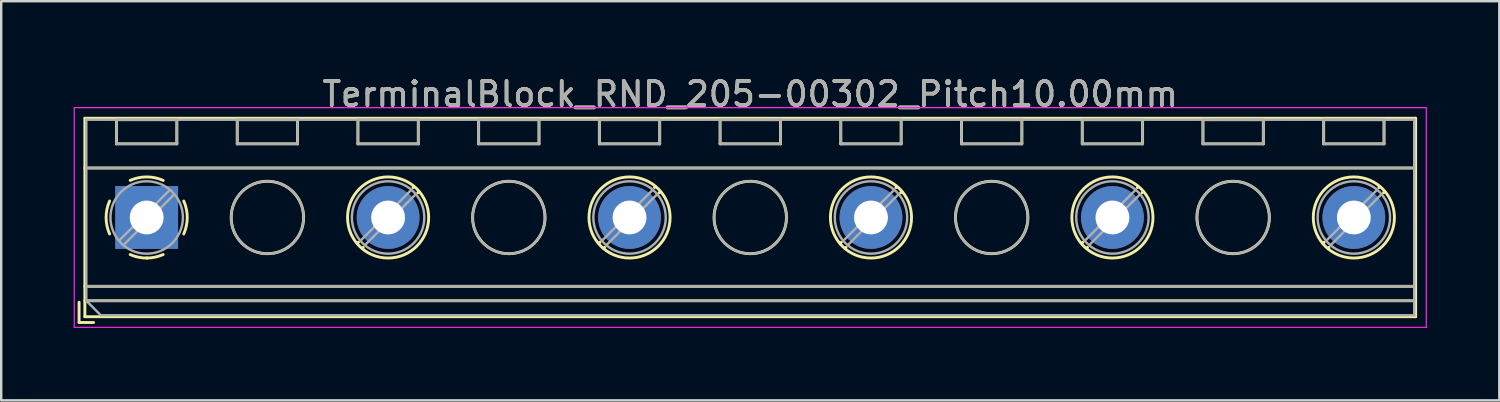
<source format=kicad_pcb>
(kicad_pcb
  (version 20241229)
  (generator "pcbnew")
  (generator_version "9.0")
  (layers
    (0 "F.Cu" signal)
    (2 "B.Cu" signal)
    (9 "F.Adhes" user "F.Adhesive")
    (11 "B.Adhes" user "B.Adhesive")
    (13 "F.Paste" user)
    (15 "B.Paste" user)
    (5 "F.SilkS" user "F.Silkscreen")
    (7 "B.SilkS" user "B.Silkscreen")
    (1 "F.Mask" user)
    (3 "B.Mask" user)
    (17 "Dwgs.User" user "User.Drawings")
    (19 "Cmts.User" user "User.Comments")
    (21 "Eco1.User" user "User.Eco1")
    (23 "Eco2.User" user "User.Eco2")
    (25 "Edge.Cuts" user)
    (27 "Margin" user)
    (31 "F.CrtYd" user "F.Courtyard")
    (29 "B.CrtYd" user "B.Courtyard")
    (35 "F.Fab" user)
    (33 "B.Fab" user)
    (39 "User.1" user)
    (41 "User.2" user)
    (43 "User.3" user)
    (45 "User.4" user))
  (footprint "TerminalBlock_RND_205-00302_Pitch10.00mm"
    (layer "F.Cu")
    (at 3.025 5.958)
    (property "Reference" "TerminalBlock_RND_205-00302_Pitch10.00mm" (at 25 -5.11 0) (layer "F.SilkS") (effects (font (size 1 1) (thickness 0.15))))
    (attr through_hole)
    (fp_line (start -2.8 3.51) (end -2.8 4.35) (stroke (width 0.12) (type solid)) (layer "F.SilkS"))
    (fp_line (start -2.8 4.35) (end -2.2 4.35) (stroke (width 0.12) (type solid)) (layer "F.SilkS"))
    (fp_line (start -2.56 -4.11) (end -2.56 4.11) (stroke (width 0.12) (type solid)) (layer "F.SilkS"))
    (fp_line (start -2.56 -2.05) (end 52.56 -2.05) (stroke (width 0.12) (type solid)) (layer "F.SilkS"))
    (fp_line (start -2.56 2.85) (end 52.56 2.85) (stroke (width 0.12) (type solid)) (layer "F.SilkS"))
    (fp_line (start -2.56 3.45) (end 52.56 3.45) (stroke (width 0.12) (type solid)) (layer "F.SilkS"))
    (fp_line (start -2.56 4.11) (end 52.56 4.11) (stroke (width 0.12) (type solid)) (layer "F.SilkS"))
    (fp_line (start -1.25 -4.05) (end -1.25 -3.05) (stroke (width 0.12) (type solid)) (layer "F.SilkS"))
    (fp_line (start -1.25 -4.05) (end 1.25 -4.05) (stroke (width 0.12) (type solid)) (layer "F.SilkS"))
    (fp_line (start -1.25 -3.05) (end 1.25 -3.05) (stroke (width 0.12) (type solid)) (layer "F.SilkS"))
    (fp_line (start 1.25 -4.05) (end 1.25 -3.05) (stroke (width 0.12) (type solid)) (layer "F.SilkS"))
    (fp_line (start 3.75 -4.05) (end 3.75 -3.05) (stroke (width 0.12) (type solid)) (layer "F.SilkS"))
    (fp_line (start 3.75 -4.05) (end 6.25 -4.05) (stroke (width 0.12) (type solid)) (layer "F.SilkS"))
    (fp_line (start 3.75 -3.05) (end 6.25 -3.05) (stroke (width 0.12) (type solid)) (layer "F.SilkS"))
    (fp_line (start 6.25 -4.05) (end 6.25 -3.05) (stroke (width 0.12) (type solid)) (layer "F.SilkS"))
    (fp_line (start 8.75 -4.05) (end 8.75 -3.05) (stroke (width 0.12) (type solid)) (layer "F.SilkS"))
    (fp_line (start 8.75 -4.05) (end 11.25 -4.05) (stroke (width 0.12) (type solid)) (layer "F.SilkS"))
    (fp_line (start 8.75 -3.05) (end 11.25 -3.05) (stroke (width 0.12) (type solid)) (layer "F.SilkS"))
    (fp_line (start 8.773 1.023) (end 8.726 1.069) (stroke (width 0.12) (type solid)) (layer "F.SilkS"))
    (fp_line (start 8.966 1.239) (end 8.931 1.274) (stroke (width 0.12) (type solid)) (layer "F.SilkS"))
    (fp_line (start 11.07 -1.275) (end 11.035 -1.239) (stroke (width 0.12) (type solid)) (layer "F.SilkS"))
    (fp_line (start 11.25 -4.05) (end 11.25 -3.05) (stroke (width 0.12) (type solid)) (layer "F.SilkS"))
    (fp_line (start 11.275 -1.069) (end 11.228 -1.023) (stroke (width 0.12) (type solid)) (layer "F.SilkS"))
    (fp_line (start 13.75 -4.05) (end 13.75 -3.05) (stroke (width 0.12) (type solid)) (layer "F.SilkS"))
    (fp_line (start 13.75 -4.05) (end 16.25 -4.05) (stroke (width 0.12) (type solid)) (layer "F.SilkS"))
    (fp_line (start 13.75 -3.05) (end 16.25 -3.05) (stroke (width 0.12) (type solid)) (layer "F.SilkS"))
    (fp_line (start 16.25 -4.05) (end 16.25 -3.05) (stroke (width 0.12) (type solid)) (layer "F.SilkS"))
    (fp_line (start 18.75 -4.05) (end 18.75 -3.05) (stroke (width 0.12) (type solid)) (layer "F.SilkS"))
    (fp_line (start 18.75 -4.05) (end 21.25 -4.05) (stroke (width 0.12) (type solid)) (layer "F.SilkS"))
    (fp_line (start 18.75 -3.05) (end 21.25 -3.05) (stroke (width 0.12) (type solid)) (layer "F.SilkS"))
    (fp_line (start 18.773 1.023) (end 18.726 1.069) (stroke (width 0.12) (type solid)) (layer "F.SilkS"))
    (fp_line (start 18.966 1.239) (end 18.931 1.274) (stroke (width 0.12) (type solid)) (layer "F.SilkS"))
    (fp_line (start 21.07 -1.275) (end 21.035 -1.239) (stroke (width 0.12) (type solid)) (layer "F.SilkS"))
    (fp_line (start 21.25 -4.05) (end 21.25 -3.05) (stroke (width 0.12) (type solid)) (layer "F.SilkS"))
    (fp_line (start 21.275 -1.069) (end 21.228 -1.023) (stroke (width 0.12) (type solid)) (layer "F.SilkS"))
    (fp_line (start 23.75 -4.05) (end 23.75 -3.05) (stroke (width 0.12) (type solid)) (layer "F.SilkS"))
    (fp_line (start 23.75 -4.05) (end 26.25 -4.05) (stroke (width 0.12) (type solid)) (layer "F.SilkS"))
    (fp_line (start 23.75 -3.05) (end 26.25 -3.05) (stroke (width 0.12) (type solid)) (layer "F.SilkS"))
    (fp_line (start 26.25 -4.05) (end 26.25 -3.05) (stroke (width 0.12) (type solid)) (layer "F.SilkS"))
    (fp_line (start 28.75 -4.05) (end 28.75 -3.05) (stroke (width 0.12) (type solid)) (layer "F.SilkS"))
    (fp_line (start 28.75 -4.05) (end 31.25 -4.05) (stroke (width 0.12) (type solid)) (layer "F.SilkS"))
    (fp_line (start 28.75 -3.05) (end 31.25 -3.05) (stroke (width 0.12) (type solid)) (layer "F.SilkS"))
    (fp_line (start 28.773 1.023) (end 28.726 1.069) (stroke (width 0.12) (type solid)) (layer "F.SilkS"))
    (fp_line (start 28.966 1.239) (end 28.931 1.274) (stroke (width 0.12) (type solid)) (layer "F.SilkS"))
    (fp_line (start 31.07 -1.275) (end 31.035 -1.239) (stroke (width 0.12) (type solid)) (layer "F.SilkS"))
    (fp_line (start 31.25 -4.05) (end 31.25 -3.05) (stroke (width 0.12) (type solid)) (layer "F.SilkS"))
    (fp_line (start 31.275 -1.069) (end 31.228 -1.023) (stroke (width 0.12) (type solid)) (layer "F.SilkS"))
    (fp_line (start 33.75 -4.05) (end 33.75 -3.05) (stroke (width 0.12) (type solid)) (layer "F.SilkS"))
    (fp_line (start 33.75 -4.05) (end 36.25 -4.05) (stroke (width 0.12) (type solid)) (layer "F.SilkS"))
    (fp_line (start 33.75 -3.05) (end 36.25 -3.05) (stroke (width 0.12) (type solid)) (layer "F.SilkS"))
    (fp_line (start 36.25 -4.05) (end 36.25 -3.05) (stroke (width 0.12) (type solid)) (layer "F.SilkS"))
    (fp_line (start 38.75 -4.05) (end 38.75 -3.05) (stroke (width 0.12) (type solid)) (layer "F.SilkS"))
    (fp_line (start 38.75 -4.05) (end 41.25 -4.05) (stroke (width 0.12) (type solid)) (layer "F.SilkS"))
    (fp_line (start 38.75 -3.05) (end 41.25 -3.05) (stroke (width 0.12) (type solid)) (layer "F.SilkS"))
    (fp_line (start 38.773 1.023) (end 38.726 1.069) (stroke (width 0.12) (type solid)) (layer "F.SilkS"))
    (fp_line (start 38.966 1.239) (end 38.931 1.274) (stroke (width 0.12) (type solid)) (layer "F.SilkS"))
    (fp_line (start 41.07 -1.275) (end 41.035 -1.239) (stroke (width 0.12) (type solid)) (layer "F.SilkS"))
    (fp_line (start 41.25 -4.05) (end 41.25 -3.05) (stroke (width 0.12) (type solid)) (layer "F.SilkS"))
    (fp_line (start 41.275 -1.069) (end 41.228 -1.023) (stroke (width 0.12) (type solid)) (layer "F.SilkS"))
    (fp_line (start 43.75 -4.05) (end 43.75 -3.05) (stroke (width 0.12) (type solid)) (layer "F.SilkS"))
    (fp_line (start 43.75 -4.05) (end 46.25 -4.05) (stroke (width 0.12) (type solid)) (layer "F.SilkS"))
    (fp_line (start 43.75 -3.05) (end 46.25 -3.05) (stroke (width 0.12) (type solid)) (layer "F.SilkS"))
    (fp_line (start 46.25 -4.05) (end 46.25 -3.05) (stroke (width 0.12) (type solid)) (layer "F.SilkS"))
    (fp_line (start 48.75 -4.05) (end 48.75 -3.05) (stroke (width 0.12) (type solid)) (layer "F.SilkS"))
    (fp_line (start 48.75 -4.05) (end 51.25 -4.05) (stroke (width 0.12) (type solid)) (layer "F.SilkS"))
    (fp_line (start 48.75 -3.05) (end 51.25 -3.05) (stroke (width 0.12) (type solid)) (layer "F.SilkS"))
    (fp_line (start 48.773 1.023) (end 48.726 1.069) (stroke (width 0.12) (type solid)) (layer "F.SilkS"))
    (fp_line (start 48.966 1.239) (end 48.931 1.274) (stroke (width 0.12) (type solid)) (layer "F.SilkS"))
    (fp_line (start 51.07 -1.275) (end 51.035 -1.239) (stroke (width 0.12) (type solid)) (layer "F.SilkS"))
    (fp_line (start 51.25 -4.05) (end 51.25 -3.05) (stroke (width 0.12) (type solid)) (layer "F.SilkS"))
    (fp_line (start 51.275 -1.069) (end 51.228 -1.023) (stroke (width 0.12) (type solid)) (layer "F.SilkS"))
    (fp_line (start 52.56 -4.11) (end -2.56 -4.11) (stroke (width 0.12) (type solid)) (layer "F.SilkS"))
    (fp_line (start 52.56 4.11) (end 52.56 -4.11) (stroke (width 0.12) (type solid)) (layer "F.SilkS"))
    (fp_arc (start -1.535427 0.683042) (mid -1.680501 -0.000524) (end -1.535 -0.684) (stroke (width 0.12) (type solid)) (layer "F.SilkS"))
    (fp_arc (start -0.683042 -1.535427) (mid 0.000524 -1.680501) (end 0.684 -1.535) (stroke (width 0.12) (type solid)) (layer "F.SilkS"))
    (fp_arc (start 0.028805 1.680253) (mid -0.335551 1.646659) (end -0.684 1.535) (stroke (width 0.12) (type solid)) (layer "F.SilkS"))
    (fp_arc (start 0.683318 1.534756) (mid 0.349292 1.643288) (end 0 1.68) (stroke (width 0.12) (type solid)) (layer "F.SilkS"))
    (fp_arc (start 1.535427 -0.683042) (mid 1.680501 0.000524) (end 1.535 0.684) (stroke (width 0.12) (type solid)) (layer "F.SilkS"))
    (fp_circle (center 5 0) (end 6.5 0) (stroke (width 0.12) (type solid)) (fill no) (layer "F.SilkS"))
    (fp_circle (center 10 0) (end 11.68 0) (stroke (width 0.12) (type solid)) (fill no) (layer "F.SilkS"))
    (fp_circle (center 15 0) (end 16.5 0) (stroke (width 0.12) (type solid)) (fill no) (layer "F.SilkS"))
    (fp_circle (center 20 0) (end 21.68 0) (stroke (width 0.12) (type solid)) (fill no) (layer "F.SilkS"))
    (fp_circle (center 25 0) (end 26.5 0) (stroke (width 0.12) (type solid)) (fill no) (layer "F.SilkS"))
    (fp_circle (center 30 0) (end 31.68 0) (stroke (width 0.12) (type solid)) (fill no) (layer "F.SilkS"))
    (fp_circle (center 35 0) (end 36.5 0) (stroke (width 0.12) (type solid)) (fill no) (layer "F.SilkS"))
    (fp_circle (center 40 0) (end 41.68 0) (stroke (width 0.12) (type solid)) (fill no) (layer "F.SilkS"))
    (fp_circle (center 45 0) (end 46.5 0) (stroke (width 0.12) (type solid)) (fill no) (layer "F.SilkS"))
    (fp_circle (center 50 0) (end 51.68 0) (stroke (width 0.12) (type solid)) (fill no) (layer "F.SilkS"))
    (fp_line (start -3 -4.55) (end -3 4.55) (stroke (width 0.05) (type solid)) (layer "F.CrtYd"))
    (fp_line (start -3 4.55) (end 53 4.55) (stroke (width 0.05) (type solid)) (layer "F.CrtYd"))
    (fp_line (start 53 -4.55) (end -3 -4.55) (stroke (width 0.05) (type solid)) (layer "F.CrtYd"))
    (fp_line (start 53 4.55) (end 53 -4.55) (stroke (width 0.05) (type solid)) (layer "F.CrtYd"))
    (fp_line (start -2.5 -4.05) (end 52.5 -4.05) (stroke (width 0.1) (type solid)) (layer "F.Fab"))
    (fp_line (start -2.5 -2.05) (end 52.5 -2.05) (stroke (width 0.1) (type solid)) (layer "F.Fab"))
    (fp_line (start -2.5 2.85) (end 52.5 2.85) (stroke (width 0.1) (type solid)) (layer "F.Fab"))
    (fp_line (start -2.5 3.45) (end -2.5 -4.05) (stroke (width 0.1) (type solid)) (layer "F.Fab"))
    (fp_line (start -2.5 3.45) (end 52.5 3.45) (stroke (width 0.1) (type solid)) (layer "F.Fab"))
    (fp_line (start -1.9 4.05) (end -2.5 3.45) (stroke (width 0.1) (type solid)) (layer "F.Fab"))
    (fp_line (start -1.25 -4.05) (end -1.25 -3.05) (stroke (width 0.1) (type solid)) (layer "F.Fab"))
    (fp_line (start -1.25 -3.05) (end 1.25 -3.05) (stroke (width 0.1) (type solid)) (layer "F.Fab"))
    (fp_line (start 0.955 -1.138) (end -1.138 0.955) (stroke (width 0.1) (type solid)) (layer "F.Fab"))
    (fp_line (start 1.138 -0.955) (end -0.955 1.138) (stroke (width 0.1) (type solid)) (layer "F.Fab"))
    (fp_line (start 1.25 -4.05) (end -1.25 -4.05) (stroke (width 0.1) (type solid)) (layer "F.Fab"))
    (fp_line (start 1.25 -3.05) (end 1.25 -4.05) (stroke (width 0.1) (type solid)) (layer "F.Fab"))
    (fp_line (start 3.75 -4.05) (end 3.75 -3.05) (stroke (width 0.1) (type solid)) (layer "F.Fab"))
    (fp_line (start 3.75 -3.05) (end 6.25 -3.05) (stroke (width 0.1) (type solid)) (layer "F.Fab"))
    (fp_line (start 6.25 -4.05) (end 3.75 -4.05) (stroke (width 0.1) (type solid)) (layer "F.Fab"))
    (fp_line (start 6.25 -3.05) (end 6.25 -4.05) (stroke (width 0.1) (type solid)) (layer "F.Fab"))
    (fp_line (start 8.75 -4.05) (end 8.75 -3.05) (stroke (width 0.1) (type solid)) (layer "F.Fab"))
    (fp_line (start 8.75 -3.05) (end 11.25 -3.05) (stroke (width 0.1) (type solid)) (layer "F.Fab"))
    (fp_line (start 10.955 -1.138) (end 8.863 0.955) (stroke (width 0.1) (type solid)) (layer "F.Fab"))
    (fp_line (start 11.138 -0.955) (end 9.046 1.138) (stroke (width 0.1) (type solid)) (layer "F.Fab"))
    (fp_line (start 11.25 -4.05) (end 8.75 -4.05) (stroke (width 0.1) (type solid)) (layer "F.Fab"))
    (fp_line (start 11.25 -3.05) (end 11.25 -4.05) (stroke (width 0.1) (type solid)) (layer "F.Fab"))
    (fp_line (start 13.75 -4.05) (end 13.75 -3.05) (stroke (width 0.1) (type solid)) (layer "F.Fab"))
    (fp_line (start 13.75 -3.05) (end 16.25 -3.05) (stroke (width 0.1) (type solid)) (layer "F.Fab"))
    (fp_line (start 16.25 -4.05) (end 13.75 -4.05) (stroke (width 0.1) (type solid)) (layer "F.Fab"))
    (fp_line (start 16.25 -3.05) (end 16.25 -4.05) (stroke (width 0.1) (type solid)) (layer "F.Fab"))
    (fp_line (start 18.75 -4.05) (end 18.75 -3.05) (stroke (width 0.1) (type solid)) (layer "F.Fab"))
    (fp_line (start 18.75 -3.05) (end 21.25 -3.05) (stroke (width 0.1) (type solid)) (layer "F.Fab"))
    (fp_line (start 20.955 -1.138) (end 18.863 0.955) (stroke (width 0.1) (type solid)) (layer "F.Fab"))
    (fp_line (start 21.138 -0.955) (end 19.046 1.138) (stroke (width 0.1) (type solid)) (layer "F.Fab"))
    (fp_line (start 21.25 -4.05) (end 18.75 -4.05) (stroke (width 0.1) (type solid)) (layer "F.Fab"))
    (fp_line (start 21.25 -3.05) (end 21.25 -4.05) (stroke (width 0.1) (type solid)) (layer "F.Fab"))
    (fp_line (start 23.75 -4.05) (end 23.75 -3.05) (stroke (width 0.1) (type solid)) (layer "F.Fab"))
    (fp_line (start 23.75 -3.05) (end 26.25 -3.05) (stroke (width 0.1) (type solid)) (layer "F.Fab"))
    (fp_line (start 26.25 -4.05) (end 23.75 -4.05) (stroke (width 0.1) (type solid)) (layer "F.Fab"))
    (fp_line (start 26.25 -3.05) (end 26.25 -4.05) (stroke (width 0.1) (type solid)) (layer "F.Fab"))
    (fp_line (start 28.75 -4.05) (end 28.75 -3.05) (stroke (width 0.1) (type solid)) (layer "F.Fab"))
    (fp_line (start 28.75 -3.05) (end 31.25 -3.05) (stroke (width 0.1) (type solid)) (layer "F.Fab"))
    (fp_line (start 30.955 -1.138) (end 28.863 0.955) (stroke (width 0.1) (type solid)) (layer "F.Fab"))
    (fp_line (start 31.138 -0.955) (end 29.046 1.138) (stroke (width 0.1) (type solid)) (layer "F.Fab"))
    (fp_line (start 31.25 -4.05) (end 28.75 -4.05) (stroke (width 0.1) (type solid)) (layer "F.Fab"))
    (fp_line (start 31.25 -3.05) (end 31.25 -4.05) (stroke (width 0.1) (type solid)) (layer "F.Fab"))
    (fp_line (start 33.75 -4.05) (end 33.75 -3.05) (stroke (width 0.1) (type solid)) (layer "F.Fab"))
    (fp_line (start 33.75 -3.05) (end 36.25 -3.05) (stroke (width 0.1) (type solid)) (layer "F.Fab"))
    (fp_line (start 36.25 -4.05) (end 33.75 -4.05) (stroke (width 0.1) (type solid)) (layer "F.Fab"))
    (fp_line (start 36.25 -3.05) (end 36.25 -4.05) (stroke (width 0.1) (type solid)) (layer "F.Fab"))
    (fp_line (start 38.75 -4.05) (end 38.75 -3.05) (stroke (width 0.1) (type solid)) (layer "F.Fab"))
    (fp_line (start 38.75 -3.05) (end 41.25 -3.05) (stroke (width 0.1) (type solid)) (layer "F.Fab"))
    (fp_line (start 40.955 -1.138) (end 38.863 0.955) (stroke (width 0.1) (type solid)) (layer "F.Fab"))
    (fp_line (start 41.138 -0.955) (end 39.046 1.138) (stroke (width 0.1) (type solid)) (layer "F.Fab"))
    (fp_line (start 41.25 -4.05) (end 38.75 -4.05) (stroke (width 0.1) (type solid)) (layer "F.Fab"))
    (fp_line (start 41.25 -3.05) (end 41.25 -4.05) (stroke (width 0.1) (type solid)) (layer "F.Fab"))
    (fp_line (start 43.75 -4.05) (end 43.75 -3.05) (stroke (width 0.1) (type solid)) (layer "F.Fab"))
    (fp_line (start 43.75 -3.05) (end 46.25 -3.05) (stroke (width 0.1) (type solid)) (layer "F.Fab"))
    (fp_line (start 46.25 -4.05) (end 43.75 -4.05) (stroke (width 0.1) (type solid)) (layer "F.Fab"))
    (fp_line (start 46.25 -3.05) (end 46.25 -4.05) (stroke (width 0.1) (type solid)) (layer "F.Fab"))
    (fp_line (start 48.75 -4.05) (end 48.75 -3.05) (stroke (width 0.1) (type solid)) (layer "F.Fab"))
    (fp_line (start 48.75 -3.05) (end 51.25 -3.05) (stroke (width 0.1) (type solid)) (layer "F.Fab"))
    (fp_line (start 50.955 -1.138) (end 48.863 0.955) (stroke (width 0.1) (type solid)) (layer "F.Fab"))
    (fp_line (start 51.138 -0.955) (end 49.046 1.138) (stroke (width 0.1) (type solid)) (layer "F.Fab"))
    (fp_line (start 51.25 -4.05) (end 48.75 -4.05) (stroke (width 0.1) (type solid)) (layer "F.Fab"))
    (fp_line (start 51.25 -3.05) (end 51.25 -4.05) (stroke (width 0.1) (type solid)) (layer "F.Fab"))
    (fp_line (start 52.5 -4.05) (end 52.5 4.05) (stroke (width 0.1) (type solid)) (layer "F.Fab"))
    (fp_line (start 52.5 4.05) (end -1.9 4.05) (stroke (width 0.1) (type solid)) (layer "F.Fab"))
    (fp_circle (center 0 0) (end 1.5 0) (stroke (width 0.1) (type solid)) (fill no) (layer "F.Fab"))
    (fp_circle (center 5 0) (end 6.5 0) (stroke (width 0.1) (type solid)) (fill no) (layer "F.Fab"))
    (fp_circle (center 10 0) (end 11.5 0) (stroke (width 0.1) (type solid)) (fill no) (layer "F.Fab"))
    (fp_circle (center 15 0) (end 16.5 0) (stroke (width 0.1) (type solid)) (fill no) (layer "F.Fab"))
    (fp_circle (center 20 0) (end 21.5 0) (stroke (width 0.1) (type solid)) (fill no) (layer "F.Fab"))
    (fp_circle (center 25 0) (end 26.5 0) (stroke (width 0.1) (type solid)) (fill no) (layer "F.Fab"))
    (fp_circle (center 30 0) (end 31.5 0) (stroke (width 0.1) (type solid)) (fill no) (layer "F.Fab"))
    (fp_circle (center 35 0) (end 36.5 0) (stroke (width 0.1) (type solid)) (fill no) (layer "F.Fab"))
    (fp_circle (center 40 0) (end 41.5 0) (stroke (width 0.1) (type solid)) (fill no) (layer "F.Fab"))
    (fp_circle (center 45 0) (end 46.5 0) (stroke (width 0.1) (type solid)) (fill no) (layer "F.Fab"))
    (fp_circle (center 50 0) (end 51.5 0) (stroke (width 0.1) (type solid)) (fill no) (layer "F.Fab"))
    (fp_text user "${REFERENCE}" (at 25 -5.11 0) (layer "F.Fab") (effects (font (size 1 1) (thickness 0.15))))
    (pad "1" thru_hole rect (at 0 0) (size 2.6 2.6) (drill 1.4) (layers "*.Cu" "*.Mask"))
    (pad "2" thru_hole circle (at 10 0) (size 2.6 2.6) (drill 1.4) (layers "*.Cu" "*.Mask"))
    (pad "3" thru_hole circle (at 20 0) (size 2.6 2.6) (drill 1.4) (layers "*.Cu" "*.Mask"))
    (pad "4" thru_hole circle (at 30 0) (size 2.6 2.6) (drill 1.4) (layers "*.Cu" "*.Mask"))
    (pad "5" thru_hole circle (at 40 0) (size 2.6 2.6) (drill 1.4) (layers "*.Cu" "*.Mask"))
    (pad "6" thru_hole circle (at 50 0) (size 2.6 2.6) (drill 1.4) (layers "*.Cu" "*.Mask")))
  (gr_rect
    (start -3 -3)
    (end 59.05 13.533)
    (stroke (width 0.1) (type default))
    (fill no)
    (layer "Edge.Cuts")))
</source>
